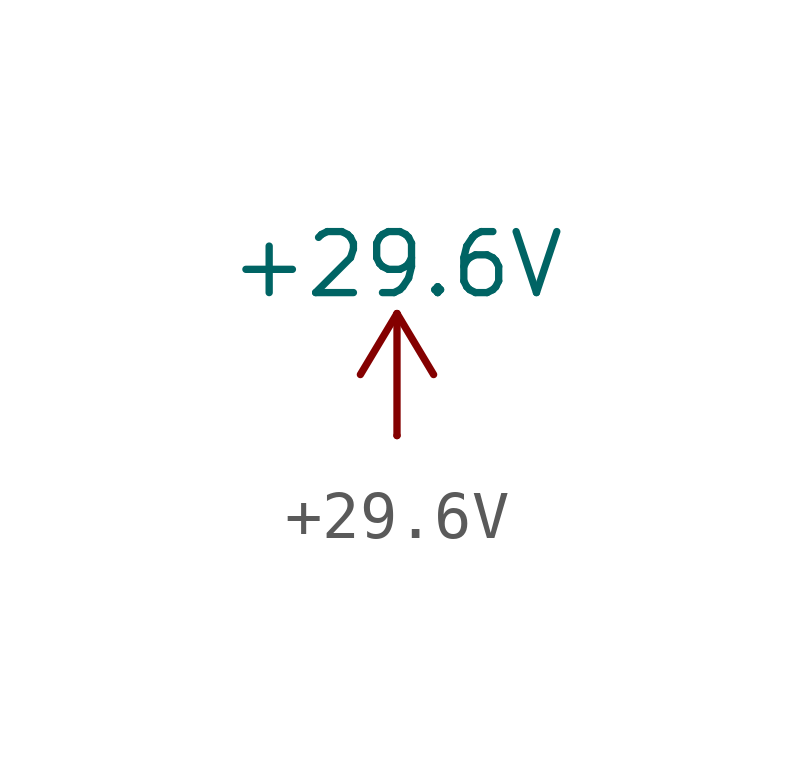
<source format=kicad_sym>
(kicad_symbol_lib
  (version 20231120)
  (generator "kicad_symbol_editor")
  (generator_version "8.0")
  (symbol "+29.6V"
    (power)
    (pin_numbers hide)
    (pin_names
      (offset 0) hide)
    (property "Reference" "#PWR"
      (at 0 -3.81 0)
      (effects (font (size 1.27 1.27)) (hide yes)))
    (property "Value" "+29.6V"
      (at 0 3.556 0)
      (effects (font (size 1.27 1.27))))
    (symbol "+29.6V_0_1"
      (polyline (pts (xy -0.762 1.27) (xy 0 2.54)) (stroke (width 0) (type default)) (fill (type none)))
      (polyline (pts (xy 0 0) (xy 0 2.54)) (stroke (width 0) (type default)) (fill (type none)))
      (polyline (pts (xy 0 2.54) (xy 0.762 1.27)) (stroke (width 0) (type default)) (fill (type none))))
    (symbol "+29.6V_1_1"
      (pin power_in line (at 0 0 90) (length 0) (name "~" (effects (font (size 1.27 1.27)))) (number "1" (effects (font (size 1.27 1.27))))))))
</source>
